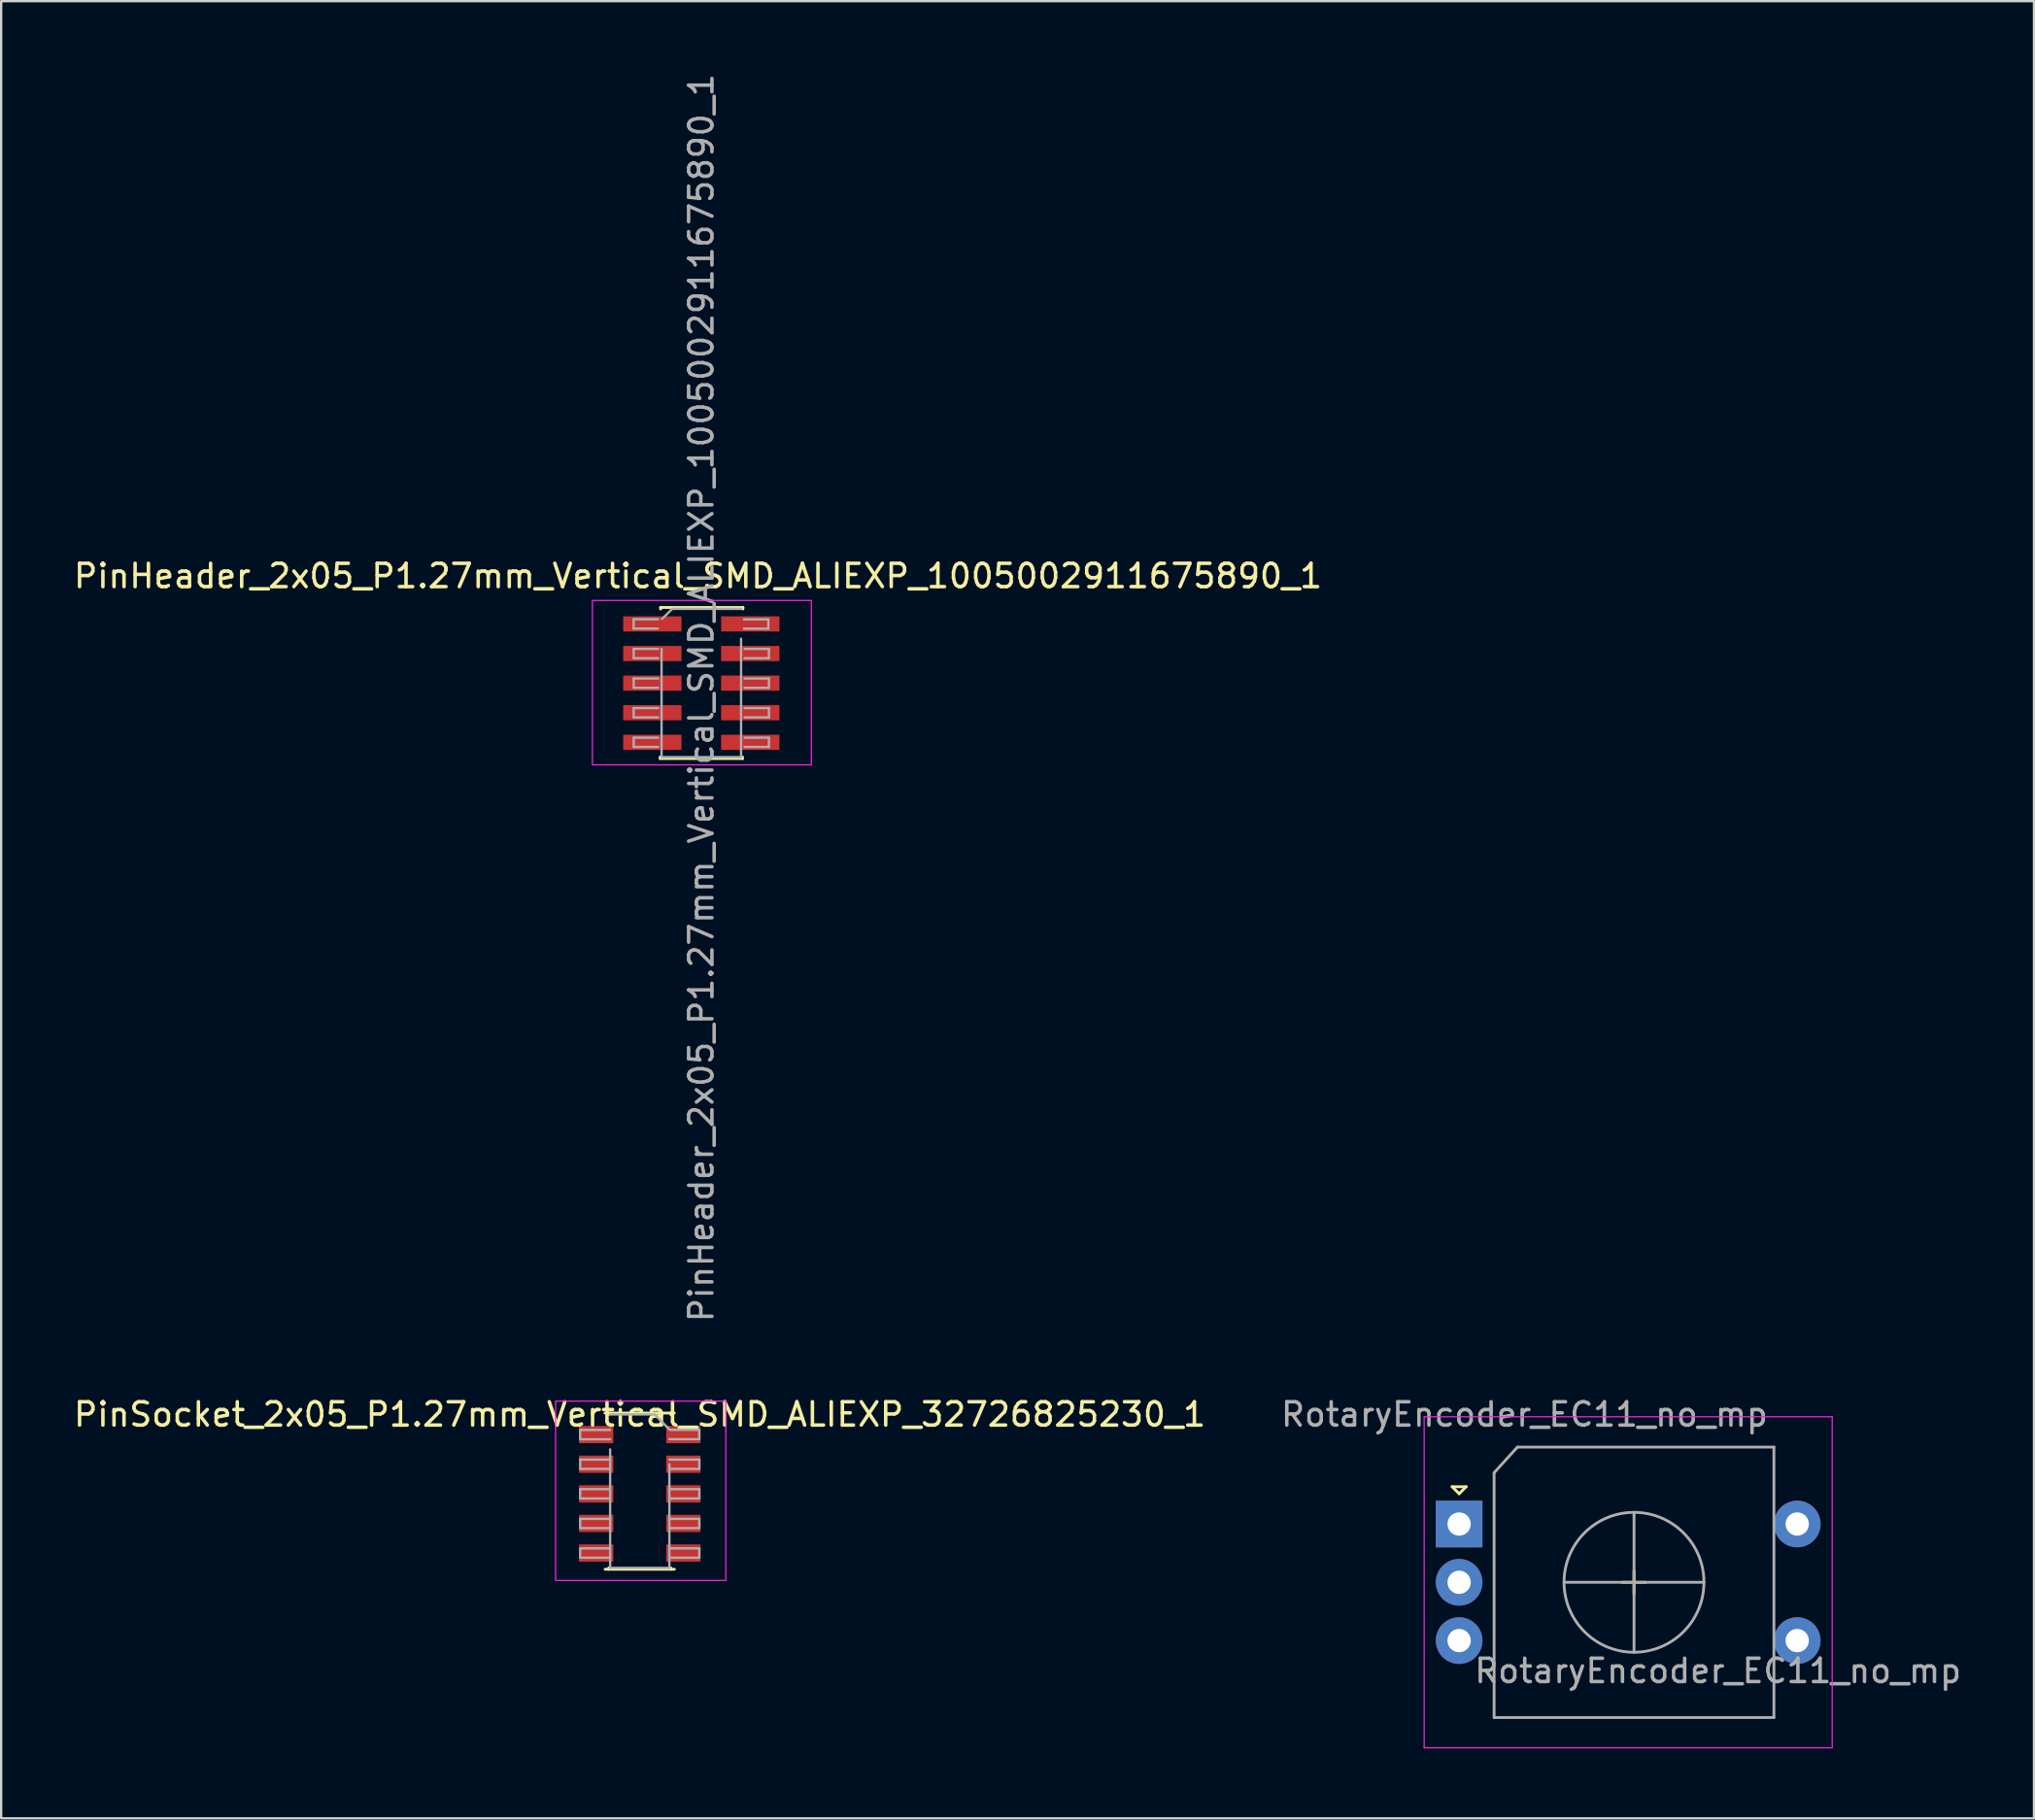
<source format=kicad_pcb>
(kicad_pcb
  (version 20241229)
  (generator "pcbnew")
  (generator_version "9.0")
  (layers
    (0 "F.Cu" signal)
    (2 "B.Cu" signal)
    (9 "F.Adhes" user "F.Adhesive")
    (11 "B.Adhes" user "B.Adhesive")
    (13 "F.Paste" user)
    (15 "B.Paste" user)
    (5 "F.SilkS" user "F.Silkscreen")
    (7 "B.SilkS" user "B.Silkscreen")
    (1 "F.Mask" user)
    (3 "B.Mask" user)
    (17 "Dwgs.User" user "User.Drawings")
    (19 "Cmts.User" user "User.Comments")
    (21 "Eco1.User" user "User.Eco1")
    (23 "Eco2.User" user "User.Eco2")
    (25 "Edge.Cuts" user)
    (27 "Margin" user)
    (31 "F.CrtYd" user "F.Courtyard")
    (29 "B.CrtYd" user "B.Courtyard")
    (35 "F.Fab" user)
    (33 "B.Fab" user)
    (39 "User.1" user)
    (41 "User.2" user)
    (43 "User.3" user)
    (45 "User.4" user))
  (footprint "PinSocket_2x05_P1.27mm_Vertical_SMD_ALIEXP_32726825230_1"
    (layer "F.Cu")
    (at 24.387 61.662)
    (property "Reference" "PinSocket_2x05_P1.27mm_Vertical_SMD_ALIEXP_32726825230_1" (at 0 -4.04 0) (layer "F.SilkS") (effects (font (size 1 1) (thickness 0.15))))
    (attr smd)
    (fp_line (start -1.49 -4.1) (end 1.48 -4.1) (stroke (width 0.12) (type solid)) (layer "F.SilkS"))
    (fp_line (start -1.485 2.6) (end 1.485 2.6) (stroke (width 0.12) (type solid)) (layer "F.SilkS"))
    (fp_line (start -1.335 -4.1) (end -1.335 -4.04) (stroke (width 0.12) (type solid)) (layer "F.SilkS"))
    (fp_line (start -1.33 2.54) (end -1.33 2.6) (stroke (width 0.12) (type solid)) (layer "F.SilkS"))
    (fp_line (start 1.325 -4.1) (end 1.325 -4.04) (stroke (width 0.12) (type solid)) (layer "F.SilkS"))
    (fp_line (start 1.33 2.54) (end 1.33 2.6) (stroke (width 0.12) (type solid)) (layer "F.SilkS"))
    (fp_rect (start -3.61 -4.61) (end 3.69 3.08) (stroke (width 0.05) (type default)) (fill no) (layer "F.CrtYd"))
    (fp_line (start -2.555 -3.375) (end -1.27 -3.375) (stroke (width 0.1) (type solid)) (layer "F.Fab"))
    (fp_line (start -2.555 -2.975) (end -2.555 -3.375) (stroke (width 0.1) (type solid)) (layer "F.Fab"))
    (fp_line (start -2.555 -2.105) (end -1.27 -2.105) (stroke (width 0.1) (type solid)) (layer "F.Fab"))
    (fp_line (start -2.555 -1.705) (end -2.555 -2.105) (stroke (width 0.1) (type solid)) (layer "F.Fab"))
    (fp_line (start -2.555 -0.835) (end -1.27 -0.835) (stroke (width 0.1) (type solid)) (layer "F.Fab"))
    (fp_line (start -2.555 -0.435) (end -2.555 -0.835) (stroke (width 0.1) (type solid)) (layer "F.Fab"))
    (fp_line (start -2.555 0.435) (end -1.27 0.435) (stroke (width 0.1) (type solid)) (layer "F.Fab"))
    (fp_line (start -2.555 0.835) (end -2.555 0.435) (stroke (width 0.1) (type solid)) (layer "F.Fab"))
    (fp_line (start -2.555 1.705) (end -1.27 1.705) (stroke (width 0.1) (type solid)) (layer "F.Fab"))
    (fp_line (start -2.555 2.105) (end -2.555 1.705) (stroke (width 0.1) (type solid)) (layer "F.Fab"))
    (fp_line (start -1.275 -4.04) (end 0.63 -4.04) (stroke (width 0.1) (type solid)) (layer "F.Fab"))
    (fp_line (start -1.27 -2.975) (end -2.555 -2.975) (stroke (width 0.1) (type solid)) (layer "F.Fab"))
    (fp_line (start -1.27 -1.705) (end -2.555 -1.705) (stroke (width 0.1) (type solid)) (layer "F.Fab"))
    (fp_line (start -1.27 -0.435) (end -2.555 -0.435) (stroke (width 0.1) (type solid)) (layer "F.Fab"))
    (fp_line (start -1.27 0.835) (end -2.555 0.835) (stroke (width 0.1) (type solid)) (layer "F.Fab"))
    (fp_line (start -1.27 2.105) (end -2.555 2.105) (stroke (width 0.1) (type solid)) (layer "F.Fab"))
    (fp_line (start -1.27 2.54) (end -1.27 -2.54) (stroke (width 0.1) (type solid)) (layer "F.Fab"))
    (fp_line (start 0.63 -4.04) (end 1.265 -3.405) (stroke (width 0.1) (type solid)) (layer "F.Fab"))
    (fp_line (start 1.268 -3.38) (end 2.553 -3.38) (stroke (width 0.1) (type solid)) (layer "F.Fab"))
    (fp_line (start 1.27 -2.105) (end 2.555 -2.105) (stroke (width 0.1) (type solid)) (layer "F.Fab"))
    (fp_line (start 1.27 -1.905) (end 1.27 2.54) (stroke (width 0.1) (type solid)) (layer "F.Fab"))
    (fp_line (start 1.27 -0.835) (end 2.555 -0.835) (stroke (width 0.1) (type solid)) (layer "F.Fab"))
    (fp_line (start 1.27 0.435) (end 2.555 0.435) (stroke (width 0.1) (type solid)) (layer "F.Fab"))
    (fp_line (start 1.27 1.705) (end 2.555 1.705) (stroke (width 0.1) (type solid)) (layer "F.Fab"))
    (fp_line (start 1.27 2.54) (end -1.27 2.54) (stroke (width 0.1) (type solid)) (layer "F.Fab"))
    (fp_line (start 2.553 -3.38) (end 2.553 -2.98) (stroke (width 0.1) (type solid)) (layer "F.Fab"))
    (fp_line (start 2.553 -2.98) (end 1.268 -2.98) (stroke (width 0.1) (type solid)) (layer "F.Fab"))
    (fp_line (start 2.555 -2.105) (end 2.555 -1.705) (stroke (width 0.1) (type solid)) (layer "F.Fab"))
    (fp_line (start 2.555 -1.705) (end 1.27 -1.705) (stroke (width 0.1) (type solid)) (layer "F.Fab"))
    (fp_line (start 2.555 -0.835) (end 2.555 -0.435) (stroke (width 0.1) (type solid)) (layer "F.Fab"))
    (fp_line (start 2.555 -0.435) (end 1.27 -0.435) (stroke (width 0.1) (type solid)) (layer "F.Fab"))
    (fp_line (start 2.555 0.435) (end 2.555 0.835) (stroke (width 0.1) (type solid)) (layer "F.Fab"))
    (fp_line (start 2.555 0.835) (end 1.27 0.835) (stroke (width 0.1) (type solid)) (layer "F.Fab"))
    (fp_line (start 2.555 1.705) (end 2.555 2.105) (stroke (width 0.1) (type solid)) (layer "F.Fab"))
    (fp_line (start 2.555 2.105) (end 1.27 2.105) (stroke (width 0.1) (type solid)) (layer "F.Fab"))
    (pad "1" smd rect (at 1.87 -3.175) (size 1.47 0.74) (layers "F.Cu" "F.Mask" "F.Paste"))
    (pad "2" smd rect (at -1.87 -3.175) (size 1.47 0.74) (layers "F.Cu" "F.Mask" "F.Paste"))
    (pad "3" smd rect (at 1.87 -1.905) (size 1.47 0.74) (layers "F.Cu" "F.Mask" "F.Paste"))
    (pad "4" smd rect (at -1.87 -1.905) (size 1.47 0.74) (layers "F.Cu" "F.Mask" "F.Paste"))
    (pad "5" smd rect (at 1.87 -0.635) (size 1.47 0.74) (layers "F.Cu" "F.Mask" "F.Paste"))
    (pad "6" smd rect (at -1.87 -0.635) (size 1.47 0.74) (layers "F.Cu" "F.Mask" "F.Paste"))
    (pad "7" smd rect (at 1.87 0.635) (size 1.47 0.74) (layers "F.Cu" "F.Mask" "F.Paste"))
    (pad "8" smd rect (at -1.87 0.635) (size 1.47 0.74) (layers "F.Cu" "F.Mask" "F.Paste"))
    (pad "9" smd rect (at 1.87 1.905) (size 1.47 0.74) (layers "F.Cu" "F.Mask" "F.Paste"))
    (pad "10" smd rect (at -1.87 1.905) (size 1.47 0.74) (layers "F.Cu" "F.Mask" "F.Paste")))
  (footprint "PinHeader_2x05_P1.27mm_Vertical_SMD_ALIEXP_1005002911675890_1"
    (layer "F.Cu")
    (at 27.027 26.887)
    (property "Reference" "PinHeader_2x05_P1.27mm_Vertical_SMD_ALIEXP_1005002911675890_1" (at -0.14 -5.23 0) (layer "F.SilkS") (effects (font (size 1 1) (thickness 0.15))))
    (attr smd)
    (fp_line (start -1.765 2.535) (end -1.765 2.6) (stroke (width 0.12) (type solid)) (layer "F.SilkS"))
    (fp_line (start -1.765 2.6) (end 1.765 2.6) (stroke (width 0.12) (type solid)) (layer "F.SilkS"))
    (fp_line (start -1.745 -3.88) (end -1.745 -3.815) (stroke (width 0.12) (type solid)) (layer "F.SilkS"))
    (fp_line (start -1.745 -3.88) (end 1.785 -3.88) (stroke (width 0.12) (type solid)) (layer "F.SilkS"))
    (fp_line (start 1.765 2.535) (end 1.765 2.6) (stroke (width 0.12) (type solid)) (layer "F.SilkS"))
    (fp_line (start 1.785 -3.88) (end 1.785 -3.815) (stroke (width 0.12) (type solid)) (layer "F.SilkS"))
    (fp_rect (start -4.67 -4.18) (end 4.72 2.87) (stroke (width 0.05) (type default)) (fill no) (layer "F.CrtYd"))
    (fp_line (start -2.902 -3.375) (end -2.902 -2.975) (stroke (width 0.1) (type solid)) (layer "F.Fab"))
    (fp_line (start -2.902 -2.975) (end -1.857 -2.975) (stroke (width 0.1) (type solid)) (layer "F.Fab"))
    (fp_line (start -2.9 -2.105) (end -2.9 -1.705) (stroke (width 0.1) (type solid)) (layer "F.Fab"))
    (fp_line (start -2.9 -1.705) (end -1.855 -1.705) (stroke (width 0.1) (type solid)) (layer "F.Fab"))
    (fp_line (start -2.9 -0.835) (end -2.9 -0.435) (stroke (width 0.1) (type solid)) (layer "F.Fab"))
    (fp_line (start -2.9 -0.435) (end -1.855 -0.435) (stroke (width 0.1) (type solid)) (layer "F.Fab"))
    (fp_line (start -2.9 0.435) (end -2.9 0.835) (stroke (width 0.1) (type solid)) (layer "F.Fab"))
    (fp_line (start -2.9 0.835) (end -1.855 0.835) (stroke (width 0.1) (type solid)) (layer "F.Fab"))
    (fp_line (start -2.9 1.705) (end -2.9 2.105) (stroke (width 0.1) (type solid)) (layer "F.Fab"))
    (fp_line (start -2.9 2.105) (end -1.855 2.105) (stroke (width 0.1) (type solid)) (layer "F.Fab"))
    (fp_line (start -1.857 -3.375) (end -2.902 -3.375) (stroke (width 0.1) (type solid)) (layer "F.Fab"))
    (fp_line (start -1.855 -2.105) (end -2.9 -2.105) (stroke (width 0.1) (type solid)) (layer "F.Fab"))
    (fp_line (start -1.855 -0.835) (end -2.9 -0.835) (stroke (width 0.1) (type solid)) (layer "F.Fab"))
    (fp_line (start -1.855 0.435) (end -2.9 0.435) (stroke (width 0.1) (type solid)) (layer "F.Fab"))
    (fp_line (start -1.855 1.705) (end -2.9 1.705) (stroke (width 0.1) (type solid)) (layer "F.Fab"))
    (fp_line (start -1.705 2.54) (end -1.705 -2.105) (stroke (width 0.1) (type solid)) (layer "F.Fab"))
    (fp_line (start -1.685 -3.385) (end -1.25 -3.82) (stroke (width 0.1) (type solid)) (layer "F.Fab"))
    (fp_line (start -1.25 -3.82) (end 1.725 -3.82) (stroke (width 0.1) (type solid)) (layer "F.Fab"))
    (fp_line (start 1.705 -2.54) (end 1.705 2.54) (stroke (width 0.1) (type solid)) (layer "F.Fab"))
    (fp_line (start 1.705 2.54) (end -1.705 2.54) (stroke (width 0.1) (type solid)) (layer "F.Fab"))
    (fp_line (start 1.83 -2.97) (end 2.875 -2.97) (stroke (width 0.1) (type solid)) (layer "F.Fab"))
    (fp_line (start 1.855 -2.105) (end 2.9 -2.105) (stroke (width 0.1) (type solid)) (layer "F.Fab"))
    (fp_line (start 1.855 -0.835) (end 2.9 -0.835) (stroke (width 0.1) (type solid)) (layer "F.Fab"))
    (fp_line (start 1.855 0.435) (end 2.9 0.435) (stroke (width 0.1) (type solid)) (layer "F.Fab"))
    (fp_line (start 1.855 1.705) (end 2.9 1.705) (stroke (width 0.1) (type solid)) (layer "F.Fab"))
    (fp_line (start 2.875 -3.37) (end 1.83 -3.37) (stroke (width 0.1) (type solid)) (layer "F.Fab"))
    (fp_line (start 2.875 -2.97) (end 2.875 -3.37) (stroke (width 0.1) (type solid)) (layer "F.Fab"))
    (fp_line (start 2.9 -2.105) (end 2.9 -1.705) (stroke (width 0.1) (type solid)) (layer "F.Fab"))
    (fp_line (start 2.9 -1.705) (end 1.855 -1.705) (stroke (width 0.1) (type solid)) (layer "F.Fab"))
    (fp_line (start 2.9 -0.835) (end 2.9 -0.435) (stroke (width 0.1) (type solid)) (layer "F.Fab"))
    (fp_line (start 2.9 -0.435) (end 1.855 -0.435) (stroke (width 0.1) (type solid)) (layer "F.Fab"))
    (fp_line (start 2.9 0.435) (end 2.9 0.835) (stroke (width 0.1) (type solid)) (layer "F.Fab"))
    (fp_line (start 2.9 0.835) (end 1.855 0.835) (stroke (width 0.1) (type solid)) (layer "F.Fab"))
    (fp_line (start 2.9 1.705) (end 2.9 2.105) (stroke (width 0.1) (type solid)) (layer "F.Fab"))
    (fp_line (start 2.9 2.105) (end 1.855 2.105) (stroke (width 0.1) (type solid)) (layer "F.Fab"))
    (fp_text user "${REFERENCE}" (at 0 0 90) (layer "F.Fab") (effects (font (size 1 1) (thickness 0.15))))
    (pad "1" smd rect (at -2.1 -3.175) (size 2.5 0.65) (layers "F.Cu" "F.Mask" "F.Paste"))
    (pad "2" smd rect (at 2.1 -3.175) (size 2.5 0.65) (layers "F.Cu" "F.Mask" "F.Paste"))
    (pad "3" smd rect (at -2.1 -1.905) (size 2.5 0.65) (layers "F.Cu" "F.Mask" "F.Paste"))
    (pad "4" smd rect (at 2.1 -1.905) (size 2.5 0.65) (layers "F.Cu" "F.Mask" "F.Paste"))
    (pad "5" smd rect (at -2.1 -0.635) (size 2.5 0.65) (layers "F.Cu" "F.Mask" "F.Paste"))
    (pad "6" smd rect (at 2.1 -0.635) (size 2.5 0.65) (layers "F.Cu" "F.Mask" "F.Paste"))
    (pad "7" smd rect (at -2.1 0.635) (size 2.5 0.65) (layers "F.Cu" "F.Mask" "F.Paste"))
    (pad "8" smd rect (at 2.1 0.635) (size 2.5 0.65) (layers "F.Cu" "F.Mask" "F.Paste"))
    (pad "9" smd rect (at -2.1 1.905) (size 2.5 0.65) (layers "F.Cu" "F.Mask" "F.Paste"))
    (pad "10" smd rect (at 2.1 1.905) (size 2.5 0.65) (layers "F.Cu" "F.Mask" "F.Paste")))
  (footprint "RotaryEncoder_EC11_no_mp"
    (layer "F.Cu")
    (at 67.027 64.822)
    (property "Reference" "RotaryEncoder_EC11_no_mp" (at -4.7 -7.2 0) (layer "F.Fab") (effects (font (size 1 1) (thickness 0.15))))
    (attr through_hole)
    (fp_line (start -7.8 -4.1) (end -7.2 -4.1) (stroke (width 0.12) (type solid)) (layer "F.SilkS"))
    (fp_line (start -7.5 -3.8) (end -7.8 -4.1) (stroke (width 0.12) (type solid)) (layer "F.SilkS"))
    (fp_line (start -7.2 -4.1) (end -7.5 -3.8) (stroke (width 0.12) (type solid)) (layer "F.SilkS"))
    (fp_line (start -0.5 0) (end 0.5 0) (stroke (width 0.12) (type solid)) (layer "F.SilkS"))
    (fp_line (start 0 -0.5) (end 0 0.5) (stroke (width 0.12) (type solid)) (layer "F.SilkS"))
    (fp_line (start -9 -7.1) (end -9 7.1) (stroke (width 0.05) (type solid)) (layer "F.CrtYd"))
    (fp_line (start -9 -7.1) (end 8.5 -7.1) (stroke (width 0.05) (type solid)) (layer "F.CrtYd"))
    (fp_line (start 8.5 7.1) (end -9 7.1) (stroke (width 0.05) (type solid)) (layer "F.CrtYd"))
    (fp_line (start 8.5 7.1) (end 8.5 -7.1) (stroke (width 0.05) (type solid)) (layer "F.CrtYd"))
    (fp_line (start -6 -4.7) (end -5 -5.8) (stroke (width 0.12) (type solid)) (layer "F.Fab"))
    (fp_line (start -6 5.8) (end -6 -4.7) (stroke (width 0.12) (type solid)) (layer "F.Fab"))
    (fp_line (start -5 -5.8) (end 6 -5.8) (stroke (width 0.12) (type solid)) (layer "F.Fab"))
    (fp_line (start -3 0) (end 3 0) (stroke (width 0.12) (type solid)) (layer "F.Fab"))
    (fp_line (start 0 -3) (end 0 3) (stroke (width 0.12) (type solid)) (layer "F.Fab"))
    (fp_line (start 6 -5.8) (end 6 5.8) (stroke (width 0.12) (type solid)) (layer "F.Fab"))
    (fp_line (start 6 5.8) (end -6 5.8) (stroke (width 0.12) (type solid)) (layer "F.Fab"))
    (fp_circle (center 0 0) (end 3 0) (stroke (width 0.12) (type solid)) (fill no) (layer "F.Fab"))
    (fp_text user "${REFERENCE}" (at 3.6 3.8 0) (layer "F.Fab") (effects (font (size 1 1) (thickness 0.15))))
    (pad "A" thru_hole rect (at -7.5 -2.5) (size 2 2) (drill 1) (layers "*.Cu" "B.Mask"))
    (pad "B" thru_hole circle (at -7.5 2.5) (size 2 2) (drill 1) (layers "*.Cu" "B.Mask"))
    (pad "C" thru_hole circle (at -7.5 0) (size 2 2) (drill 1) (layers "*.Cu" "B.Mask"))
    (pad "S1" thru_hole circle (at 7 2.5) (size 2 2) (drill 1) (layers "*.Cu" "B.Mask"))
    (pad "S2" thru_hole circle (at 7 -2.5) (size 2 2) (drill 1) (layers "*.Cu" "B.Mask")))
  (gr_rect
    (start -3 -3)
    (end 84.181 74.947)
    (stroke (width 0.1) (type default))
    (fill no)
    (layer "Edge.Cuts")))
</source>
